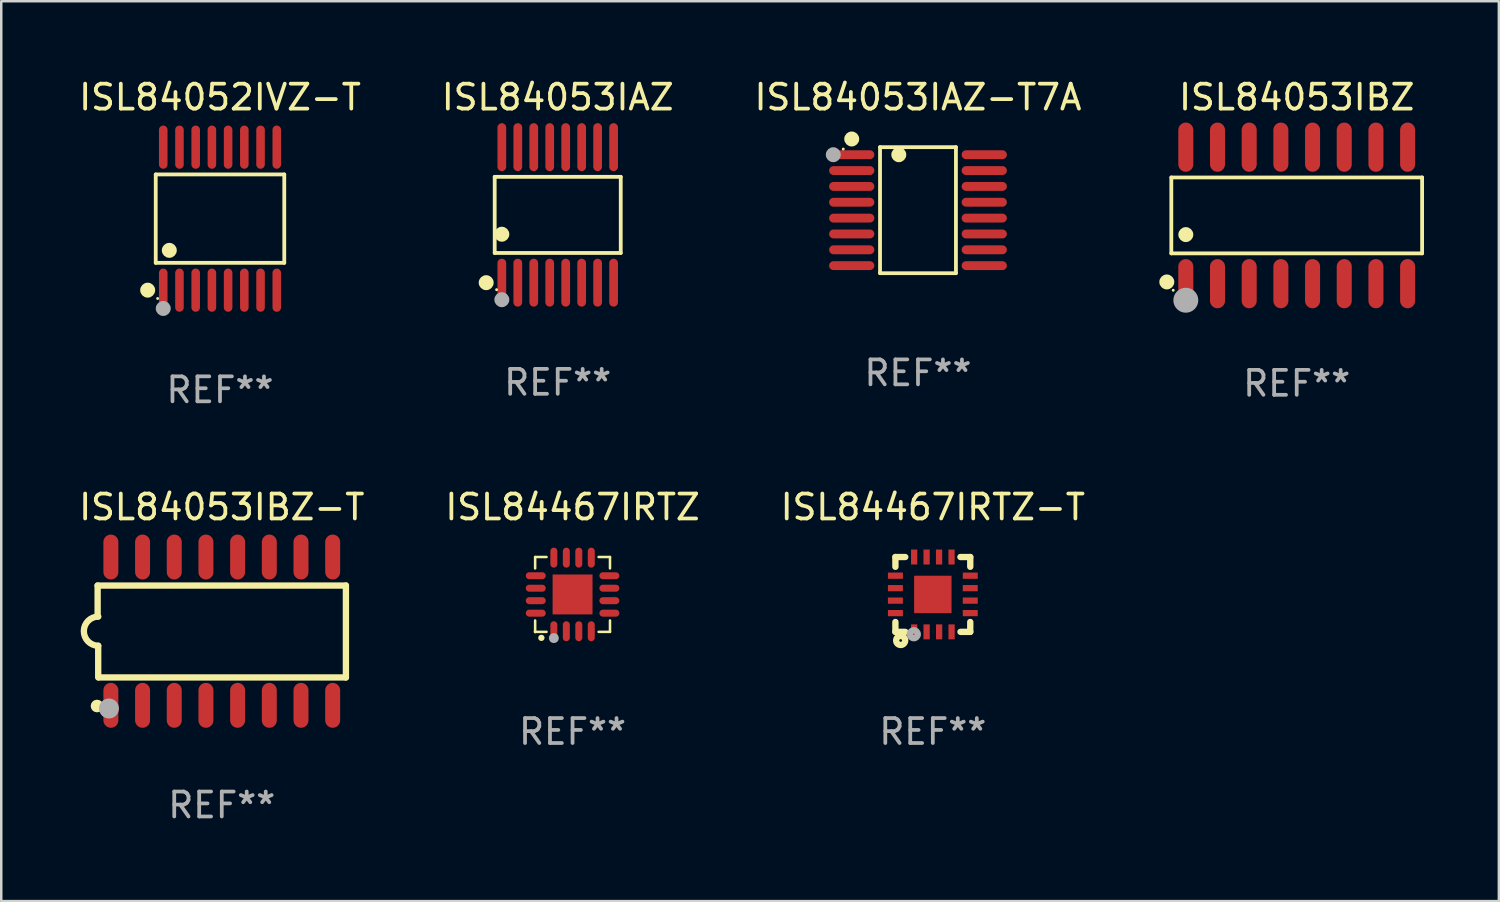
<source format=kicad_pcb>
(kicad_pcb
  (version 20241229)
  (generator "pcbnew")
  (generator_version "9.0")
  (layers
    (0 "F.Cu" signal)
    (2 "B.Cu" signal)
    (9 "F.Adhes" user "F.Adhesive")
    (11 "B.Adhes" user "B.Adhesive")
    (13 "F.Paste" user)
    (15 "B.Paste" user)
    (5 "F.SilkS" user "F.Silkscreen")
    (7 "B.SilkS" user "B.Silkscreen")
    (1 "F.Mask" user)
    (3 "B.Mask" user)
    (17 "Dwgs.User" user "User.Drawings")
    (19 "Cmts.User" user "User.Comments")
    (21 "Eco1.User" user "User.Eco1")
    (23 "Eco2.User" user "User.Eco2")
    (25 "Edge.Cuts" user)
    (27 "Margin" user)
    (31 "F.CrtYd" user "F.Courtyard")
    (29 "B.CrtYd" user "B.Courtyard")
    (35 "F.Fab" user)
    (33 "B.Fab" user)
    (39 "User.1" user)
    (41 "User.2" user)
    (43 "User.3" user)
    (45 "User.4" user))
  (footprint "ISL84467IRTZ-T"
    (layer "F.Cu")
    (at 34.339 20.776)
    (property "Reference" "ISL84467IRTZ-T" (at 0 -3.5 0) (layer "F.SilkS") (effects (font (size 1 1) (thickness 0.15))))
    (attr through_hole)
    (fp_line (start -1.5 -1.5) (end -1.5 -1.108) (stroke (width 0.254) (type solid)) (layer "F.SilkS"))
    (fp_line (start -1.5 -1.5) (end -1.105 -1.5) (stroke (width 0.254) (type solid)) (layer "F.SilkS"))
    (fp_line (start -1.5 1.104) (end -1.5 1.5) (stroke (width 0.254) (type solid)) (layer "F.SilkS"))
    (fp_line (start -1.5 1.5) (end -1.105 1.5) (stroke (width 0.254) (type solid)) (layer "F.SilkS"))
    (fp_line (start 1.106 -1.5) (end 1.5 -1.5) (stroke (width 0.254) (type solid)) (layer "F.SilkS"))
    (fp_line (start 1.108 1.5) (end 1.5 1.5) (stroke (width 0.254) (type solid)) (layer "F.SilkS"))
    (fp_line (start 1.5 -1.108) (end 1.5 -1.5) (stroke (width 0.254) (type solid)) (layer "F.SilkS"))
    (fp_line (start 1.5 1.5) (end 1.5 1.104) (stroke (width 0.254) (type solid)) (layer "F.SilkS"))
    (fp_circle (center -1.5 1.5) (end -1.47 1.5) (stroke (width 0.06) (type solid)) (fill no) (layer "F.SilkS"))
    (fp_circle (center -1.289 1.845) (end -1.235 1.845) (stroke (width 0.254) (type solid)) (fill no) (layer "F.SilkS"))
    (fp_circle (center -0.762 1.596) (end -0.731 1.596) (stroke (width 0.254) (type solid)) (fill no) (layer "F.Fab"))
    (fp_text user "REF**" (at 0 5.5 0) (layer "F.Fab") (effects (font (size 1 1) (thickness 0.15))))
    (pad "1" smd rect (at -0.748 1.5 180) (size 0.25 0.6) (layers "F.Cu" "F.Mask" "F.Paste"))
    (pad "2" smd rect (at -0.249 1.5 180) (size 0.25 0.6) (layers "F.Cu" "F.Mask" "F.Paste"))
    (pad "3" smd rect (at 0.252 1.5 180) (size 0.25 0.6) (layers "F.Cu" "F.Mask" "F.Paste"))
    (pad "4" smd rect (at 0.751 1.5 180) (size 0.25 0.6) (layers "F.Cu" "F.Mask" "F.Paste"))
    (pad "5" smd rect (at 1.5 0.748 270) (size 0.25 0.6) (layers "F.Cu" "F.Mask" "F.Paste"))
    (pad "6" smd rect (at 1.5 0.248 270) (size 0.25 0.6) (layers "F.Cu" "F.Mask" "F.Paste"))
    (pad "7" smd rect (at 1.5 -0.252 270) (size 0.25 0.6) (layers "F.Cu" "F.Mask" "F.Paste"))
    (pad "8" smd rect (at 1.5 -0.752 270) (size 0.25 0.6) (layers "F.Cu" "F.Mask" "F.Paste"))
    (pad "9" smd rect (at 0.75 -1.5) (size 0.25 0.6) (layers "F.Cu" "F.Mask" "F.Paste"))
    (pad "10" smd rect (at 0.25 -1.5) (size 0.25 0.6) (layers "F.Cu" "F.Mask" "F.Paste"))
    (pad "11" smd rect (at -0.25 -1.5) (size 0.25 0.6) (layers "F.Cu" "F.Mask" "F.Paste"))
    (pad "12" smd rect (at -0.748 -1.5) (size 0.25 0.6) (layers "F.Cu" "F.Mask" "F.Paste"))
    (pad "13" smd rect (at -1.5 -0.752 90) (size 0.25 0.6) (layers "F.Cu" "F.Mask" "F.Paste"))
    (pad "14" smd rect (at -1.5 -0.252 90) (size 0.25 0.6) (layers "F.Cu" "F.Mask" "F.Paste"))
    (pad "15" smd rect (at -1.5 0.248 90) (size 0.25 0.6) (layers "F.Cu" "F.Mask" "F.Paste"))
    (pad "16" smd rect (at -1.5 0.748 90) (size 0.25 0.6) (layers "F.Cu" "F.Mask" "F.Paste"))
    (pad "17" smd rect (at -0.000064 0.000076 90) (size 1.5 1.5) (layers "F.Cu" "F.Mask" "F.Paste")))
  (footprint "ISL84053IAZ-T7A"
    (layer "F.Cu")
    (at 33.744 5.374)
    (property "Reference" "ISL84053IAZ-T7A" (at 0 -4.526 0) (layer "F.SilkS") (effects (font (size 1 1) (thickness 0.15))))
    (attr through_hole)
    (fp_line (start -1.521 -2.526) (end 1.521 -2.526) (stroke (width 0.152) (type solid)) (layer "F.SilkS"))
    (fp_line (start -1.521 2.526) (end -1.521 -2.526) (stroke (width 0.152) (type solid)) (layer "F.SilkS"))
    (fp_line (start 1.521 -2.526) (end 1.521 2.526) (stroke (width 0.152) (type solid)) (layer "F.SilkS"))
    (fp_line (start 1.521 2.526) (end -1.521 2.526) (stroke (width 0.152) (type solid)) (layer "F.SilkS"))
    (fp_circle (center -2.995 -2.45) (end -2.965 -2.45) (stroke (width 0.06) (type solid)) (fill no) (layer "F.SilkS"))
    (fp_circle (center -2.656 -2.853) (end -2.506 -2.853) (stroke (width 0.3) (type solid)) (fill no) (layer "F.SilkS"))
    (fp_circle (center -0.769 -2.223) (end -0.619 -2.223) (stroke (width 0.3) (type solid)) (fill no) (layer "F.SilkS"))
    (fp_circle (center -3.395 -2.223) (end -3.245 -2.223) (stroke (width 0.3) (type solid)) (fill no) (layer "F.Fab"))
    (fp_text user "REF**" (at 0 6.526 0) (layer "F.Fab") (effects (font (size 1 1) (thickness 0.15))))
    (pad "1" smd oval (at -2.656 -2.223 270) (size 0.356 1.813) (layers "F.Cu" "F.Mask" "F.Paste"))
    (pad "2" smd oval (at -2.656 -1.588 270) (size 0.356 1.813) (layers "F.Cu" "F.Mask" "F.Paste"))
    (pad "3" smd oval (at -2.656 -0.953 270) (size 0.356 1.813) (layers "F.Cu" "F.Mask" "F.Paste"))
    (pad "4" smd oval (at -2.656 -0.318 270) (size 0.356 1.813) (layers "F.Cu" "F.Mask" "F.Paste"))
    (pad "5" smd oval (at -2.656 0.318 270) (size 0.356 1.813) (layers "F.Cu" "F.Mask" "F.Paste"))
    (pad "6" smd oval (at -2.656 0.953 270) (size 0.356 1.813) (layers "F.Cu" "F.Mask" "F.Paste"))
    (pad "7" smd oval (at -2.656 1.588 270) (size 0.356 1.813) (layers "F.Cu" "F.Mask" "F.Paste"))
    (pad "8" smd oval (at -2.656 2.223 270) (size 0.356 1.813) (layers "F.Cu" "F.Mask" "F.Paste"))
    (pad "9" smd oval (at 2.656 2.223 270) (size 0.356 1.813) (layers "F.Cu" "F.Mask" "F.Paste"))
    (pad "10" smd oval (at 2.656 1.588 270) (size 0.356 1.813) (layers "F.Cu" "F.Mask" "F.Paste"))
    (pad "11" smd oval (at 2.656 0.953 270) (size 0.356 1.813) (layers "F.Cu" "F.Mask" "F.Paste"))
    (pad "12" smd oval (at 2.656 0.318 270) (size 0.356 1.813) (layers "F.Cu" "F.Mask" "F.Paste"))
    (pad "13" smd oval (at 2.656 -0.318 270) (size 0.356 1.813) (layers "F.Cu" "F.Mask" "F.Paste"))
    (pad "14" smd oval (at 2.656 -0.953 270) (size 0.356 1.813) (layers "F.Cu" "F.Mask" "F.Paste"))
    (pad "15" smd oval (at 2.656 -1.588 270) (size 0.356 1.813) (layers "F.Cu" "F.Mask" "F.Paste"))
    (pad "16" smd oval (at 2.656 -2.223 270) (size 0.356 1.813) (layers "F.Cu" "F.Mask" "F.Paste")))
  (footprint "ISL84053IAZ"
    (layer "F.Cu")
    (at 19.304 5.564)
    (property "Reference" "ISL84053IAZ" (at 0 -4.716 0) (layer "F.SilkS") (effects (font (size 1 1) (thickness 0.15))))
    (attr through_hole)
    (fp_line (start -2.526 -1.526) (end 2.526 -1.526) (stroke (width 0.152) (type solid)) (layer "F.SilkS"))
    (fp_line (start -2.526 1.526) (end -2.526 -1.526) (stroke (width 0.152) (type solid)) (layer "F.SilkS"))
    (fp_line (start 2.526 -1.526) (end 2.526 1.526) (stroke (width 0.152) (type solid)) (layer "F.SilkS"))
    (fp_line (start 2.526 1.526) (end -2.526 1.526) (stroke (width 0.152) (type solid)) (layer "F.SilkS"))
    (fp_circle (center -2.867 2.716) (end -2.717 2.716) (stroke (width 0.3) (type solid)) (fill no) (layer "F.SilkS"))
    (fp_circle (center -2.45 2.997) (end -2.42 2.997) (stroke (width 0.06) (type solid)) (fill no) (layer "F.SilkS"))
    (fp_circle (center -2.24 0.774) (end -2.09 0.774) (stroke (width 0.3) (type solid)) (fill no) (layer "F.SilkS"))
    (fp_circle (center -2.24 3.398) (end -2.09 3.398) (stroke (width 0.3) (type solid)) (fill no) (layer "F.Fab"))
    (fp_text user "REF**" (at 0 6.716 0) (layer "F.Fab") (effects (font (size 1 1) (thickness 0.15))))
    (pad "1" smd oval (at -2.24 2.716) (size 0.35 1.922) (layers "F.Cu" "F.Mask" "F.Paste"))
    (pad "2" smd oval (at -1.6 2.716) (size 0.35 1.922) (layers "F.Cu" "F.Mask" "F.Paste"))
    (pad "3" smd oval (at -0.96 2.716) (size 0.35 1.922) (layers "F.Cu" "F.Mask" "F.Paste"))
    (pad "4" smd oval (at -0.32 2.716) (size 0.35 1.922) (layers "F.Cu" "F.Mask" "F.Paste"))
    (pad "5" smd oval (at 0.32 2.716) (size 0.35 1.922) (layers "F.Cu" "F.Mask" "F.Paste"))
    (pad "6" smd oval (at 0.96 2.716) (size 0.35 1.922) (layers "F.Cu" "F.Mask" "F.Paste"))
    (pad "7" smd oval (at 1.6 2.716) (size 0.35 1.922) (layers "F.Cu" "F.Mask" "F.Paste"))
    (pad "8" smd oval (at 2.24 2.716) (size 0.35 1.922) (layers "F.Cu" "F.Mask" "F.Paste"))
    (pad "9" smd oval (at 2.24 -2.716) (size 0.35 1.922) (layers "F.Cu" "F.Mask" "F.Paste"))
    (pad "10" smd oval (at 1.6 -2.716) (size 0.35 1.922) (layers "F.Cu" "F.Mask" "F.Paste"))
    (pad "11" smd oval (at 0.96 -2.716) (size 0.35 1.922) (layers "F.Cu" "F.Mask" "F.Paste"))
    (pad "12" smd oval (at 0.32 -2.716) (size 0.35 1.922) (layers "F.Cu" "F.Mask" "F.Paste"))
    (pad "13" smd oval (at -0.32 -2.716) (size 0.35 1.922) (layers "F.Cu" "F.Mask" "F.Paste"))
    (pad "14" smd oval (at -0.96 -2.716) (size 0.35 1.922) (layers "F.Cu" "F.Mask" "F.Paste"))
    (pad "15" smd oval (at -1.6 -2.716) (size 0.35 1.922) (layers "F.Cu" "F.Mask" "F.Paste"))
    (pad "16" smd oval (at -2.24 -2.716) (size 0.35 1.922) (layers "F.Cu" "F.Mask" "F.Paste")))
  (footprint "ISL84052IVZ-T"
    (layer "F.Cu")
    (at 5.768 5.714)
    (property "Reference" "ISL84052IVZ-T" (at 0 -4.866 0) (layer "F.SilkS") (effects (font (size 1 1) (thickness 0.15))))
    (attr through_hole)
    (fp_line (start -2.576 -1.772) (end 2.576 -1.772) (stroke (width 0.152) (type solid)) (layer "F.SilkS"))
    (fp_line (start -2.576 1.771) (end -2.576 -1.772) (stroke (width 0.152) (type solid)) (layer "F.SilkS"))
    (fp_line (start 2.576 -1.772) (end 2.576 1.771) (stroke (width 0.152) (type solid)) (layer "F.SilkS"))
    (fp_line (start 2.576 1.771) (end -2.576 1.771) (stroke (width 0.152) (type solid)) (layer "F.SilkS"))
    (fp_circle (center -2.899 2.866) (end -2.749 2.866) (stroke (width 0.3) (type solid)) (fill no) (layer "F.SilkS"))
    (fp_circle (center -2.5 3.2) (end -2.47 3.2) (stroke (width 0.06) (type solid)) (fill no) (layer "F.SilkS"))
    (fp_circle (center -2.032 1.27) (end -1.882 1.27) (stroke (width 0.3) (type solid)) (fill no) (layer "F.SilkS"))
    (fp_circle (center -2.275 3.6) (end -2.125 3.6) (stroke (width 0.3) (type solid)) (fill no) (layer "F.Fab"))
    (fp_text user "REF**" (at 0 6.866 0) (layer "F.Fab") (effects (font (size 1 1) (thickness 0.15))))
    (pad "1" smd oval (at -2.275 2.866) (size 0.343 1.731) (layers "F.Cu" "F.Mask" "F.Paste"))
    (pad "2" smd oval (at -1.625 2.866) (size 0.343 1.731) (layers "F.Cu" "F.Mask" "F.Paste"))
    (pad "3" smd oval (at -0.975 2.866) (size 0.343 1.731) (layers "F.Cu" "F.Mask" "F.Paste"))
    (pad "4" smd oval (at -0.325 2.866) (size 0.343 1.731) (layers "F.Cu" "F.Mask" "F.Paste"))
    (pad "5" smd oval (at 0.325 2.866) (size 0.343 1.731) (layers "F.Cu" "F.Mask" "F.Paste"))
    (pad "6" smd oval (at 0.975 2.866) (size 0.343 1.731) (layers "F.Cu" "F.Mask" "F.Paste"))
    (pad "7" smd oval (at 1.625 2.866) (size 0.343 1.731) (layers "F.Cu" "F.Mask" "F.Paste"))
    (pad "8" smd oval (at 2.275 2.866) (size 0.343 1.731) (layers "F.Cu" "F.Mask" "F.Paste"))
    (pad "9" smd oval (at 2.275 -2.866) (size 0.343 1.731) (layers "F.Cu" "F.Mask" "F.Paste"))
    (pad "10" smd oval (at 1.625 -2.866) (size 0.343 1.731) (layers "F.Cu" "F.Mask" "F.Paste"))
    (pad "11" smd oval (at 0.975 -2.866) (size 0.343 1.731) (layers "F.Cu" "F.Mask" "F.Paste"))
    (pad "12" smd oval (at 0.325 -2.866) (size 0.343 1.731) (layers "F.Cu" "F.Mask" "F.Paste"))
    (pad "13" smd oval (at -0.325 -2.866) (size 0.343 1.731) (layers "F.Cu" "F.Mask" "F.Paste"))
    (pad "14" smd oval (at -0.975 -2.866) (size 0.343 1.731) (layers "F.Cu" "F.Mask" "F.Paste"))
    (pad "15" smd oval (at -1.625 -2.866) (size 0.343 1.731) (layers "F.Cu" "F.Mask" "F.Paste"))
    (pad "16" smd oval (at -2.275 -2.866) (size 0.343 1.731) (layers "F.Cu" "F.Mask" "F.Paste")))
  (footprint "ISL84053IBZ"
    (layer "F.Cu")
    (at 48.924 5.584)
    (property "Reference" "ISL84053IBZ" (at 0 -4.736 0) (layer "F.SilkS") (effects (font (size 1 1) (thickness 0.15))))
    (attr through_hole)
    (fp_line (start -5.026 -1.521) (end 5.026 -1.521) (stroke (width 0.152) (type solid)) (layer "F.SilkS"))
    (fp_line (start -5.026 1.521) (end -5.026 -1.521) (stroke (width 0.152) (type solid)) (layer "F.SilkS"))
    (fp_line (start 5.026 -1.521) (end 5.026 1.521) (stroke (width 0.152) (type solid)) (layer "F.SilkS"))
    (fp_line (start 5.026 1.521) (end -5.026 1.521) (stroke (width 0.152) (type solid)) (layer "F.SilkS"))
    (fp_circle (center -5.207 2.667) (end -5.057 2.667) (stroke (width 0.3) (type solid)) (fill no) (layer "F.SilkS"))
    (fp_circle (center -4.95 3) (end -4.92 3) (stroke (width 0.06) (type solid)) (fill no) (layer "F.SilkS"))
    (fp_circle (center -4.445 0.769) (end -4.295 0.769) (stroke (width 0.3) (type solid)) (fill no) (layer "F.SilkS"))
    (fp_circle (center -4.445 3.4) (end -4.195 3.4) (stroke (width 0.5) (type solid)) (fill no) (layer "F.Fab"))
    (fp_text user "REF**" (at 0 6.736 0) (layer "F.Fab") (effects (font (size 1 1) (thickness 0.15))))
    (pad "1" smd oval (at -4.445 2.736) (size 0.602 1.971) (layers "F.Cu" "F.Mask" "F.Paste"))
    (pad "2" smd oval (at -3.175 2.736) (size 0.602 1.971) (layers "F.Cu" "F.Mask" "F.Paste"))
    (pad "3" smd oval (at -1.905 2.736) (size 0.602 1.971) (layers "F.Cu" "F.Mask" "F.Paste"))
    (pad "4" smd oval (at -0.635 2.736) (size 0.602 1.971) (layers "F.Cu" "F.Mask" "F.Paste"))
    (pad "5" smd oval (at 0.635 2.736) (size 0.602 1.971) (layers "F.Cu" "F.Mask" "F.Paste"))
    (pad "6" smd oval (at 1.905 2.736) (size 0.602 1.971) (layers "F.Cu" "F.Mask" "F.Paste"))
    (pad "7" smd oval (at 3.175 2.736) (size 0.602 1.971) (layers "F.Cu" "F.Mask" "F.Paste"))
    (pad "8" smd oval (at 4.445 2.736) (size 0.602 1.971) (layers "F.Cu" "F.Mask" "F.Paste"))
    (pad "9" smd oval (at 4.445 -2.736) (size 0.602 1.971) (layers "F.Cu" "F.Mask" "F.Paste"))
    (pad "10" smd oval (at 3.175 -2.736) (size 0.602 1.971) (layers "F.Cu" "F.Mask" "F.Paste"))
    (pad "11" smd oval (at 1.905 -2.736) (size 0.602 1.971) (layers "F.Cu" "F.Mask" "F.Paste"))
    (pad "12" smd oval (at 0.635 -2.736) (size 0.602 1.971) (layers "F.Cu" "F.Mask" "F.Paste"))
    (pad "13" smd oval (at -0.635 -2.736) (size 0.602 1.971) (layers "F.Cu" "F.Mask" "F.Paste"))
    (pad "14" smd oval (at -1.905 -2.736) (size 0.602 1.971) (layers "F.Cu" "F.Mask" "F.Paste"))
    (pad "15" smd oval (at -3.175 -2.736) (size 0.602 1.971) (layers "F.Cu" "F.Mask" "F.Paste"))
    (pad "16" smd oval (at -4.445 -2.736) (size 0.602 1.971) (layers "F.Cu" "F.Mask" "F.Paste")))
  (footprint "ISL84053IBZ-T"
    (layer "F.Cu")
    (at 5.839 22.248)
    (property "Reference" "ISL84053IBZ-T" (at 0 -4.972 0) (layer "F.SilkS") (effects (font (size 1 1) (thickness 0.15))))
    (attr through_hole)
    (fp_line (start -4.976 -1.829) (end -4.976 -0.584) (stroke (width 0.254) (type solid)) (layer "F.SilkS"))
    (fp_line (start -4.953 0.584) (end -4.953 1.854) (stroke (width 0.254) (type solid)) (layer "F.SilkS"))
    (fp_line (start -4.928 1.854) (end 4.976 1.854) (stroke (width 0.254) (type solid)) (layer "F.SilkS"))
    (fp_line (start 4.976 -1.829) (end -4.976 -1.829) (stroke (width 0.254) (type solid)) (layer "F.SilkS"))
    (fp_line (start 4.976 1.854) (end 4.976 -1.829) (stroke (width 0.254) (type solid)) (layer "F.SilkS"))
    (fp_arc (start -4.95301 0.584201) (mid -5.533866 -0.00152) (end -4.950088 -0.584329) (stroke (width 0.254001) (type solid)) (layer "F.SilkS"))
    (fp_circle (center -5 3) (end -4.873 3) (stroke (width 0.254) (type solid)) (fill no) (layer "F.SilkS"))
    (fp_circle (center -4.521 3.099) (end -4.321 3.099) (stroke (width 0.4) (type solid)) (fill no) (layer "F.Fab"))
    (fp_text user "REF**" (at 0 6.972 0) (layer "F.Fab") (effects (font (size 1 1) (thickness 0.15))))
    (pad "1" smd oval (at -4.445 2.972 180) (size 0.6 1.8) (layers "F.Cu" "F.Mask" "F.Paste"))
    (pad "2" smd oval (at -3.175 2.972 180) (size 0.6 1.8) (layers "F.Cu" "F.Mask" "F.Paste"))
    (pad "3" smd oval (at -1.905 2.972 180) (size 0.6 1.8) (layers "F.Cu" "F.Mask" "F.Paste"))
    (pad "4" smd oval (at -0.635 2.972 180) (size 0.6 1.8) (layers "F.Cu" "F.Mask" "F.Paste"))
    (pad "5" smd oval (at 0.635 2.972 180) (size 0.6 1.8) (layers "F.Cu" "F.Mask" "F.Paste"))
    (pad "6" smd oval (at 1.905 2.972 180) (size 0.6 1.8) (layers "F.Cu" "F.Mask" "F.Paste"))
    (pad "7" smd oval (at 3.175 2.972 180) (size 0.6 1.8) (layers "F.Cu" "F.Mask" "F.Paste"))
    (pad "8" smd oval (at 4.445 2.972 180) (size 0.6 1.8) (layers "F.Cu" "F.Mask" "F.Paste"))
    (pad "9" smd oval (at 4.445 -2.972 180) (size 0.6 1.8) (layers "F.Cu" "F.Mask" "F.Paste"))
    (pad "10" smd oval (at 3.175 -2.972 180) (size 0.6 1.8) (layers "F.Cu" "F.Mask" "F.Paste"))
    (pad "11" smd oval (at 1.905 -2.972 180) (size 0.6 1.8) (layers "F.Cu" "F.Mask" "F.Paste"))
    (pad "12" smd oval (at 0.635 -2.972 180) (size 0.6 1.8) (layers "F.Cu" "F.Mask" "F.Paste"))
    (pad "13" smd oval (at -0.635 -2.972 180) (size 0.6 1.8) (layers "F.Cu" "F.Mask" "F.Paste"))
    (pad "14" smd oval (at -1.905 -2.972 180) (size 0.6 1.8) (layers "F.Cu" "F.Mask" "F.Paste"))
    (pad "15" smd oval (at -3.175 -2.972 180) (size 0.6 1.8) (layers "F.Cu" "F.Mask" "F.Paste"))
    (pad "16" smd oval (at -4.445 -2.972 180) (size 0.6 1.8) (layers "F.Cu" "F.Mask" "F.Paste")))
  (footprint "ISL84467IRTZ"
    (layer "F.Cu")
    (at 19.899 20.776)
    (property "Reference" "ISL84467IRTZ" (at 0 -3.5 0) (layer "F.SilkS") (effects (font (size 1 1) (thickness 0.15))))
    (attr through_hole)
    (fp_line (start -1.5 -1.5) (end -1.5 -1.044) (stroke (width 0.102) (type solid)) (layer "F.SilkS"))
    (fp_line (start -1.5 -1.5) (end -1.044 -1.5) (stroke (width 0.102) (type solid)) (layer "F.SilkS"))
    (fp_line (start -1.5 1.044) (end -1.5 1.5) (stroke (width 0.102) (type solid)) (layer "F.SilkS"))
    (fp_line (start -1.5 1.5) (end -1.044 1.5) (stroke (width 0.102) (type solid)) (layer "F.SilkS"))
    (fp_line (start 1.044 -1.5) (end 1.5 -1.5) (stroke (width 0.102) (type solid)) (layer "F.SilkS"))
    (fp_line (start 1.044 1.5) (end 1.5 1.5) (stroke (width 0.102) (type solid)) (layer "F.SilkS"))
    (fp_line (start 1.5 -1.044) (end 1.5 -1.5) (stroke (width 0.102) (type solid)) (layer "F.SilkS"))
    (fp_line (start 1.5 1.5) (end 1.5 1.044) (stroke (width 0.102) (type solid)) (layer "F.SilkS"))
    (fp_arc (start -1.251257 1.740056) (mid -1.249987 1.739985) (end -1.248717 1.740056) (stroke (width 0.25) (type solid)) (layer "F.SilkS"))
    (fp_circle (center -1.5 1.5) (end -1.47 1.5) (stroke (width 0.06) (type solid)) (fill no) (layer "F.SilkS"))
    (fp_circle (center -0.75 1.75) (end -0.65 1.75) (stroke (width 0.2) (type solid)) (fill no) (layer "F.Fab"))
    (fp_text user "REF**" (at 0 5.5 0) (layer "F.Fab") (effects (font (size 1 1) (thickness 0.15))))
    (pad "1" smd oval (at -0.75 1.475 180) (size 0.28 0.8) (layers "F.Cu" "F.Mask" "F.Paste"))
    (pad "2" smd oval (at -0.25 1.475 180) (size 0.28 0.8) (layers "F.Cu" "F.Mask" "F.Paste"))
    (pad "3" smd oval (at 0.25 1.475 180) (size 0.28 0.8) (layers "F.Cu" "F.Mask" "F.Paste"))
    (pad "4" smd oval (at 0.75 1.475 180) (size 0.28 0.8) (layers "F.Cu" "F.Mask" "F.Paste"))
    (pad "5" smd oval (at 1.475 0.75 90) (size 0.28 0.8) (layers "F.Cu" "F.Mask" "F.Paste"))
    (pad "6" smd oval (at 1.475 0.25 90) (size 0.28 0.8) (layers "F.Cu" "F.Mask" "F.Paste"))
    (pad "7" smd oval (at 1.475 -0.25 90) (size 0.28 0.8) (layers "F.Cu" "F.Mask" "F.Paste"))
    (pad "8" smd oval (at 1.475 -0.75 90) (size 0.28 0.8) (layers "F.Cu" "F.Mask" "F.Paste"))
    (pad "9" smd oval (at 0.75 -1.475 180) (size 0.28 0.8) (layers "F.Cu" "F.Mask" "F.Paste"))
    (pad "10" smd oval (at 0.25 -1.475 180) (size 0.28 0.8) (layers "F.Cu" "F.Mask" "F.Paste"))
    (pad "11" smd oval (at -0.25 -1.475 180) (size 0.28 0.8) (layers "F.Cu" "F.Mask" "F.Paste"))
    (pad "12" smd oval (at -0.75 -1.475 180) (size 0.28 0.8) (layers "F.Cu" "F.Mask" "F.Paste"))
    (pad "13" smd oval (at -1.475 -0.75 90) (size 0.28 0.8) (layers "F.Cu" "F.Mask" "F.Paste"))
    (pad "14" smd oval (at -1.475 -0.25 90) (size 0.28 0.8) (layers "F.Cu" "F.Mask" "F.Paste"))
    (pad "15" smd oval (at -1.475 0.25 90) (size 0.28 0.8) (layers "F.Cu" "F.Mask" "F.Paste"))
    (pad "16" smd oval (at -1.475 0.75 90) (size 0.28 0.8) (layers "F.Cu" "F.Mask" "F.Paste"))
    (pad "17" smd rect (at 0.000127 0.000178) (size 1.6 1.6) (layers "F.Cu" "F.Mask" "F.Paste")))
  (gr_rect
    (start -3 -3)
    (end 57.026 33.068)
    (stroke (width 0.1) (type default))
    (fill no)
    (layer "Edge.Cuts")))
</source>
